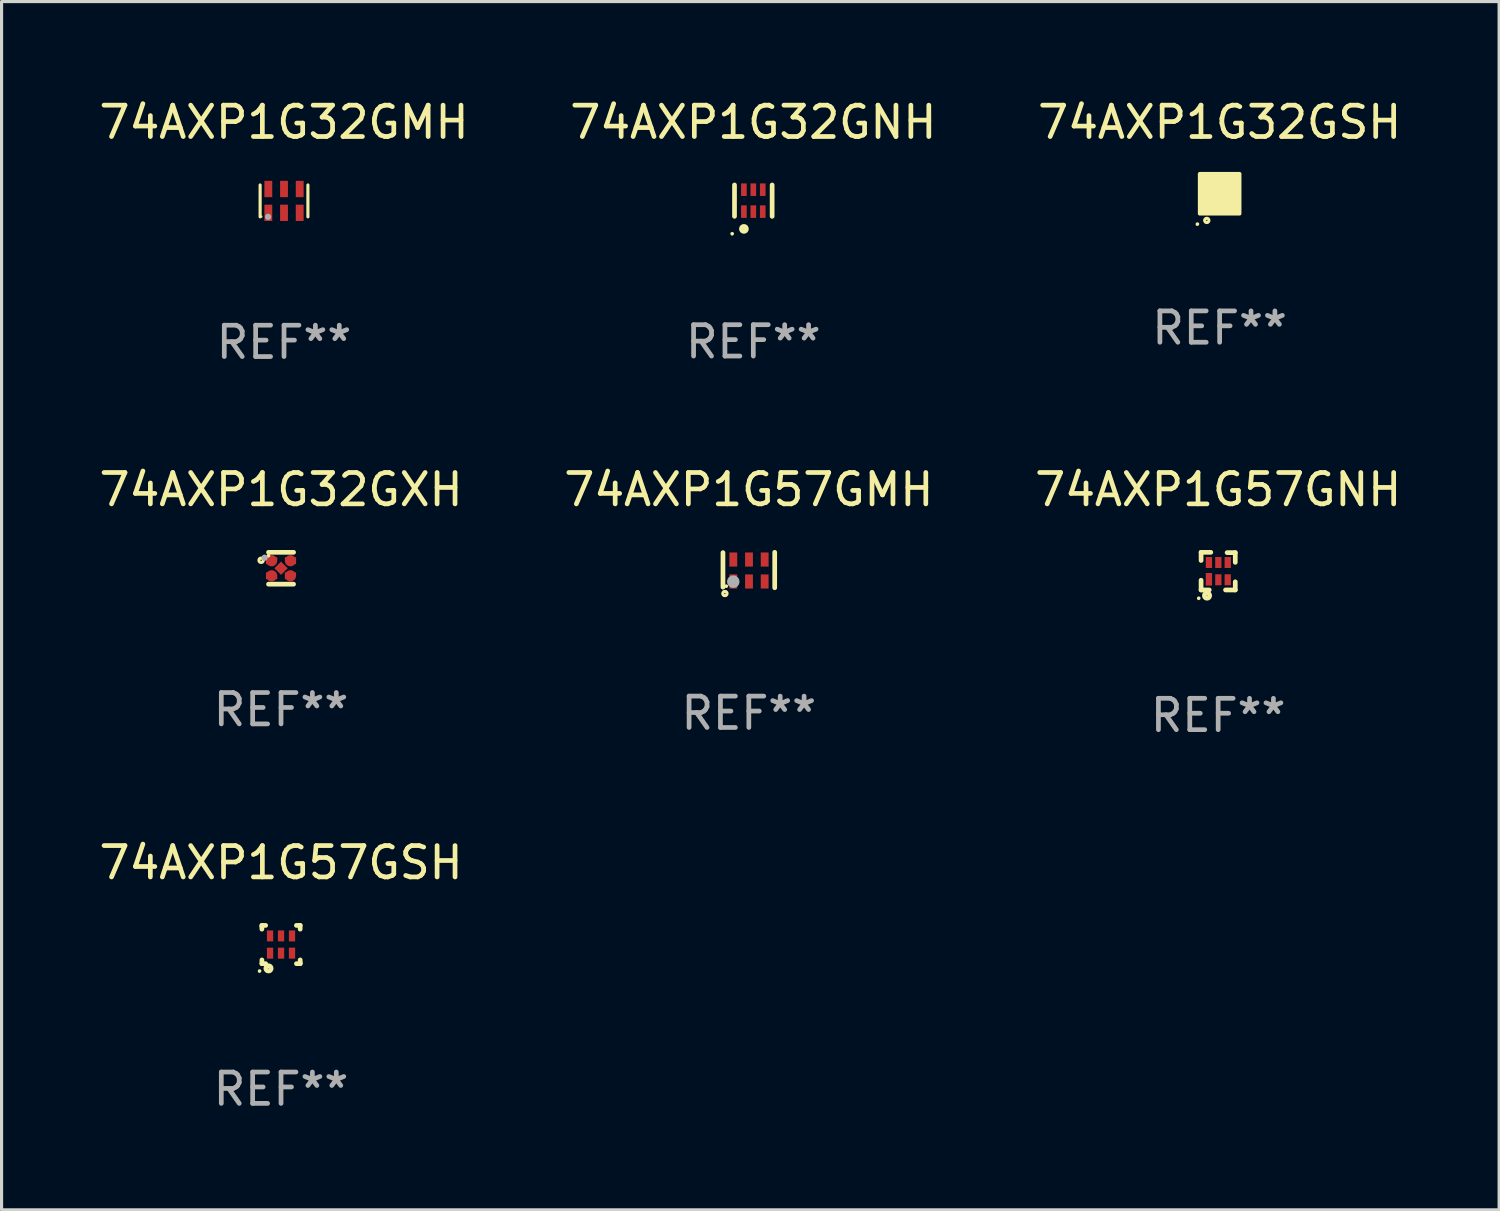
<source format=kicad_pcb>
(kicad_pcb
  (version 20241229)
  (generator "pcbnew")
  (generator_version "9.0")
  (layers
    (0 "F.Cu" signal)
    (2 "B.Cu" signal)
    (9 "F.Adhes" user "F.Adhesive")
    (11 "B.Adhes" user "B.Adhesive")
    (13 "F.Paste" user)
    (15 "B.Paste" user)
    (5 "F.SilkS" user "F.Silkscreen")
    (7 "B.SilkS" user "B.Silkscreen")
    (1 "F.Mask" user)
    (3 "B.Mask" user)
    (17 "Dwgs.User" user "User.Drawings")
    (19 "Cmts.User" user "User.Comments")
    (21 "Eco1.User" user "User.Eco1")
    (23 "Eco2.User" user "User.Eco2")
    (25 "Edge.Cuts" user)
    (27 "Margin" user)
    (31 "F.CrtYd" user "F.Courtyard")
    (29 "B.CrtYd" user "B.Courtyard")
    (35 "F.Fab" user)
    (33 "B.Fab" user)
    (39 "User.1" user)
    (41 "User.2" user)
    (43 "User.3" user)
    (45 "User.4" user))
  (footprint "74AXP1G32GMH"
    (layer "F.Cu")
    (at 6.006 3.356)
    (property "Reference" "74AXP1G32GMH" (at 0 -2.508 0) (layer "F.SilkS") (effects (font (size 1 1) (thickness 0.15))))
    (attr through_hole)
    (fp_line (start -0.762 -0.508) (end -0.762 0.508) (stroke (width 0.1) (type solid)) (layer "F.SilkS"))
    (fp_line (start 0.762 -0.508) (end 0.762 0.508) (stroke (width 0.1) (type solid)) (layer "F.SilkS"))
    (fp_circle (center -0.725 0.5) (end -0.705 0.5) (stroke (width 0.04) (type solid)) (fill no) (layer "F.SilkS"))
    (fp_circle (center -0.508 0.508) (end -0.458 0.508) (stroke (width 0.1) (type solid)) (fill no) (layer "F.Fab"))
    (fp_text user "REF**" (at 0 4.508 0) (layer "F.Fab") (effects (font (size 1 1) (thickness 0.15))))
    (pad "1" smd rect (at -0.5 0.38) (size 0.25 0.52) (layers "F.Cu" "F.Mask" "F.Paste"))
    (pad "2" smd rect (at -0.000127 0.38) (size 0.25 0.52) (layers "F.Cu" "F.Mask" "F.Paste"))
    (pad "3" smd rect (at 0.5 0.38) (size 0.25 0.52) (layers "F.Cu" "F.Mask" "F.Paste"))
    (pad "4" smd rect (at 0.5 -0.38 180) (size 0.25 0.52) (layers "F.Cu" "F.Mask" "F.Paste"))
    (pad "5" smd rect (at -0.000127 -0.38 180) (size 0.25 0.52) (layers "F.Cu" "F.Mask" "F.Paste"))
    (pad "6" smd rect (at -0.5 -0.38 180) (size 0.25 0.52) (layers "F.Cu" "F.Mask" "F.Paste")))
  (footprint "74AXP1G32GXH"
    (layer "F.Cu")
    (at 5.911 15.069)
    (property "Reference" "74AXP1G32GXH" (at 0 -2.508 0) (layer "F.SilkS") (effects (font (size 1 1) (thickness 0.15))))
    (attr through_hole)
    (fp_line (start 0.4 -0.508) (end -0.4 -0.508) (stroke (width 0.15) (type solid)) (layer "F.SilkS"))
    (fp_line (start 0.4 0.508) (end -0.4 0.508) (stroke (width 0.15) (type solid)) (layer "F.SilkS"))
    (fp_circle (center -0.635 -0.254) (end -0.615 -0.254) (stroke (width 0.1) (type solid)) (fill no) (layer "F.SilkS"))
    (fp_circle (center -0.401 -0.4) (end -0.371 -0.4) (stroke (width 0.06) (type solid)) (fill no) (layer "F.SilkS"))
    (fp_circle (center -0.523 -0.337) (end -0.473 -0.337) (stroke (width 0.1) (type solid)) (fill no) (layer "F.Fab"))
    (fp_text user "REF**" (at 0 4.508 0) (layer "F.Fab") (effects (font (size 1 1) (thickness 0.15))))
    (pad "1" smd custom (at -0.3 -0.24) (size 0.36 0.22) (layers "F.Cu" "F.Mask" "F.Paste") (options (anchor circle)) (primitives (gr_poly (pts (xy -0.18 -0.11) (xy -0.18 0.11) (xy 0.000127 0.11) (xy 0.18 -0.03) (xy 0.18 -0.11) (xy -0.18 -0.11)) (width 0) (fill yes))))
    (pad "2" smd custom (at -0.3 0.24) (size 0.36 0.22) (layers "F.Cu" "F.Mask" "F.Paste") (options (anchor circle)) (primitives (gr_poly (pts (xy -0.18 0.11) (xy -0.18 -0.11) (xy 0.000127 -0.11) (xy 0.18 0.03) (xy 0.18 0.11) (xy -0.18 0.11)) (width 0) (fill yes))))
    (pad "3" smd rect (at 0.000102 -0.000127 45) (size 0.3 0.3) (layers "F.Cu" "F.Mask" "F.Paste"))
    (pad "4" smd custom (at 0.3 0.24 180) (size 0.36 0.22) (layers "F.Cu" "F.Mask" "F.Paste") (options (anchor circle)) (primitives (gr_poly (pts (xy 0.18 0.11) (xy 0.18 -0.11) (xy -0.000178 -0.11) (xy -0.18 0.03) (xy -0.18 0.11) (xy 0.18 0.11)) (width 0) (fill yes))))
    (pad "5" smd custom (at 0.3 -0.24) (size 0.36 0.22) (layers "F.Cu" "F.Mask" "F.Paste") (options (anchor circle)) (primitives (gr_poly (pts (xy 0.18 -0.11) (xy 0.18 0.11) (xy -0.000152 0.11) (xy -0.18 -0.03) (xy -0.18 -0.11) (xy 0.18 -0.11)) (width 0) (fill yes)))))
  (footprint "74AXP1G32GSH"
    (layer "F.Cu")
    (at 35.839 3.128)
    (property "Reference" "74AXP1G32GSH" (at 0 -2.28 0) (layer "F.SilkS") (effects (font (size 1 1) (thickness 0.15))))
    (attr through_hole)
    (fp_circle (center -0.71 0.968) (end -0.68 0.968) (stroke (width 0.06) (type solid)) (fill no) (layer "F.SilkS"))
    (fp_circle (center -0.41 0.85) (end -0.342 0.85) (stroke (width 0.1) (type solid)) (fill no) (layer "F.SilkS"))
    (fp_poly (pts (xy -0.635 -0.635) (xy 0.635 -0.635) (xy 0.635 0.635) (xy -0.635 0.635)) (stroke (width 0.12) (type solid)) (fill yes) (layer "F.SilkS"))
    (fp_text user "REF**" (at 0 4.28 0) (layer "F.Fab") (effects (font (size 1 1) (thickness 0.15))))
    (pad "1" smd rect (at -0.35 0.28 90) (size 0.35 0.2) (layers "F.Cu" "F.Mask" "F.Paste"))
    (pad "2" smd rect (at 0 0.28 90) (size 0.35 0.2) (layers "F.Cu" "F.Mask" "F.Paste"))
    (pad "3" smd rect (at 0.35 0.28 90) (size 0.35 0.2) (layers "F.Cu" "F.Mask" "F.Paste"))
    (pad "4" smd rect (at 0.35 -0.28 90) (size 0.35 0.2) (layers "F.Cu" "F.Mask" "F.Paste"))
    (pad "5" smd rect (at 0 -0.28 90) (size 0.35 0.2) (layers "F.Cu" "F.Mask" "F.Paste"))
    (pad "6" smd rect (at -0.35 -0.28 90) (size 0.35 0.2) (layers "F.Cu" "F.Mask" "F.Paste")))
  (footprint "74AXP1G57GNH"
    (layer "F.Cu")
    (at 35.792 15.161)
    (property "Reference" "74AXP1G57GNH" (at 0 -2.6 0) (layer "F.SilkS") (effects (font (size 1 1) (thickness 0.15))))
    (attr through_hole)
    (fp_line (start -0.545 -0.6) (end -0.235 -0.6) (stroke (width 0.15) (type solid)) (layer "F.SilkS"))
    (fp_line (start -0.545 -0.34) (end -0.545 -0.6) (stroke (width 0.15) (type solid)) (layer "F.SilkS"))
    (fp_line (start -0.545 0.6) (end -0.545 0.29) (stroke (width 0.15) (type solid)) (layer "F.SilkS"))
    (fp_line (start -0.285 0.6) (end -0.545 0.6) (stroke (width 0.15) (type solid)) (layer "F.SilkS"))
    (fp_line (start 0.285 -0.59) (end 0.545 -0.59) (stroke (width 0.15) (type solid)) (layer "F.SilkS"))
    (fp_line (start 0.545 -0.59) (end 0.545 -0.28) (stroke (width 0.15) (type solid)) (layer "F.SilkS"))
    (fp_line (start 0.545 0.34) (end 0.545 0.6) (stroke (width 0.15) (type solid)) (layer "F.SilkS"))
    (fp_line (start 0.545 0.6) (end 0.235 0.6) (stroke (width 0.15) (type solid)) (layer "F.SilkS"))
    (fp_circle (center -0.62 0.865) (end -0.59 0.865) (stroke (width 0.06) (type solid)) (fill no) (layer "F.SilkS"))
    (fp_circle (center -0.355 0.78) (end -0.345 0.78) (stroke (width 0.15) (type solid)) (fill no) (layer "F.SilkS"))
    (fp_text user "REF**" (at 0 4.6 0) (layer "F.Fab") (effects (font (size 1 1) (thickness 0.15))))
    (pad "1" smd rect (at -0.295 0.26) (size 0.2 0.4) (layers "F.Cu" "F.Mask" "F.Paste"))
    (pad "2" smd rect (at 0.005 0.275) (size 0.2 0.35) (layers "F.Cu" "F.Mask" "F.Paste"))
    (pad "3" smd rect (at 0.305 0.275) (size 0.2 0.35) (layers "F.Cu" "F.Mask" "F.Paste"))
    (pad "4" smd rect (at 0.305 -0.275) (size 0.2 0.35) (layers "F.Cu" "F.Mask" "F.Paste"))
    (pad "5" smd rect (at 0.005 -0.275) (size 0.2 0.35) (layers "F.Cu" "F.Mask" "F.Paste"))
    (pad "6" smd rect (at -0.295 -0.275) (size 0.2 0.35) (layers "F.Cu" "F.Mask" "F.Paste")))
  (footprint "74AXP1G57GSH"
    (layer "F.Cu")
    (at 5.911 27.067)
    (property "Reference" "74AXP1G57GSH" (at 0 -2.61 0) (layer "F.SilkS") (effects (font (size 1 1) (thickness 0.15))))
    (attr through_hole)
    (fp_line (start -0.61 -0.61) (end -0.49 -0.61) (stroke (width 0.15) (type solid)) (layer "F.SilkS"))
    (fp_line (start -0.61 -0.58) (end -0.61 -0.61) (stroke (width 0.15) (type solid)) (layer "F.SilkS"))
    (fp_line (start -0.61 -0.49) (end -0.61 -0.58) (stroke (width 0.15) (type solid)) (layer "F.SilkS"))
    (fp_line (start -0.61 0.61) (end -0.61 0.491) (stroke (width 0.15) (type solid)) (layer "F.SilkS"))
    (fp_line (start -0.58 0.61) (end -0.61 0.61) (stroke (width 0.15) (type solid)) (layer "F.SilkS"))
    (fp_line (start -0.49 0.61) (end -0.58 0.61) (stroke (width 0.15) (type solid)) (layer "F.SilkS"))
    (fp_line (start 0.49 -0.61) (end 0.58 -0.61) (stroke (width 0.15) (type solid)) (layer "F.SilkS"))
    (fp_line (start 0.58 -0.61) (end 0.61 -0.61) (stroke (width 0.15) (type solid)) (layer "F.SilkS"))
    (fp_line (start 0.61 -0.61) (end 0.61 -0.49) (stroke (width 0.15) (type solid)) (layer "F.SilkS"))
    (fp_line (start 0.61 0.49) (end 0.61 0.58) (stroke (width 0.15) (type solid)) (layer "F.SilkS"))
    (fp_line (start 0.61 0.58) (end 0.61 0.61) (stroke (width 0.15) (type solid)) (layer "F.SilkS"))
    (fp_line (start 0.61 0.61) (end 0.491 0.61) (stroke (width 0.15) (type solid)) (layer "F.SilkS"))
    (fp_circle (center -0.685 0.845) (end -0.655 0.845) (stroke (width 0.06) (type solid)) (fill no) (layer "F.SilkS"))
    (fp_circle (center -0.4 0.76) (end -0.39 0.76) (stroke (width 0.15) (type solid)) (fill no) (layer "F.SilkS"))
    (fp_text user "REF**" (at 0 4.61 0) (layer "F.Fab") (effects (font (size 1 1) (thickness 0.15))))
    (pad "1" smd rect (at -0.35 0.275) (size 0.2 0.35) (layers "F.Cu" "F.Mask" "F.Paste"))
    (pad "2" smd rect (at -0.000038 0.275) (size 0.2 0.35) (layers "F.Cu" "F.Mask" "F.Paste"))
    (pad "3" smd rect (at 0.35 0.275) (size 0.2 0.35) (layers "F.Cu" "F.Mask" "F.Paste"))
    (pad "4" smd rect (at 0.35 -0.275) (size 0.2 0.35) (layers "F.Cu" "F.Mask" "F.Paste"))
    (pad "5" smd rect (at -0.000038 -0.275) (size 0.2 0.35) (layers "F.Cu" "F.Mask" "F.Paste"))
    (pad "6" smd rect (at -0.35 -0.275) (size 0.2 0.35) (layers "F.Cu" "F.Mask" "F.Paste")))
  (footprint "74AXP1G32GNH"
    (layer "F.Cu")
    (at 20.97 3.348)
    (property "Reference" "74AXP1G32GNH" (at 0 -2.5 0) (layer "F.SilkS") (effects (font (size 1 1) (thickness 0.15))))
    (attr through_hole)
    (fp_line (start -0.6 -0.5) (end -0.6 0.5) (stroke (width 0.15) (type solid)) (layer "F.SilkS"))
    (fp_line (start 0.6 0.5) (end 0.6 -0.5) (stroke (width 0.15) (type solid)) (layer "F.SilkS"))
    (fp_circle (center -0.675 1.055) (end -0.645 1.055) (stroke (width 0.06) (type solid)) (fill no) (layer "F.SilkS"))
    (fp_circle (center -0.3 0.9) (end -0.22 0.9) (stroke (width 0.15) (type solid)) (fill no) (layer "F.SilkS"))
    (fp_text user "REF**" (at 0 4.5 0) (layer "F.Fab") (effects (font (size 1 1) (thickness 0.15))))
    (pad "1" smd rect (at -0.3 0.35) (size 0.18 0.4) (layers "F.Cu" "F.Mask" "F.Paste"))
    (pad "2" smd rect (at 0.000025 0.35) (size 0.18 0.4) (layers "F.Cu" "F.Mask" "F.Paste"))
    (pad "3" smd rect (at 0.3 0.35) (size 0.18 0.4) (layers "F.Cu" "F.Mask" "F.Paste"))
    (pad "4" smd rect (at 0.3 -0.35) (size 0.18 0.4) (layers "F.Cu" "F.Mask" "F.Paste"))
    (pad "5" smd rect (at 0.000025 -0.35) (size 0.18 0.4) (layers "F.Cu" "F.Mask" "F.Paste"))
    (pad "6" smd rect (at -0.3 -0.35) (size 0.18 0.4) (layers "F.Cu" "F.Mask" "F.Paste")))
  (footprint "74AXP1G57GMH"
    (layer "F.Cu")
    (at 20.827 15.126)
    (property "Reference" "74AXP1G57GMH" (at 0 -2.565 0) (layer "F.SilkS") (effects (font (size 1 1) (thickness 0.15))))
    (attr through_hole)
    (fp_line (start -0.825 -0.555) (end -0.825 0.545) (stroke (width 0.15) (type solid)) (layer "F.SilkS"))
    (fp_line (start 0.825 -0.565) (end 0.825 0.565) (stroke (width 0.15) (type solid)) (layer "F.SilkS"))
    (fp_circle (center -0.763 0.749) (end -0.695 0.749) (stroke (width 0.1) (type solid)) (fill no) (layer "F.SilkS"))
    (fp_circle (center -0.72 0.515) (end -0.69 0.515) (stroke (width 0.06) (type solid)) (fill no) (layer "F.SilkS"))
    (fp_circle (center -0.496 0.371) (end -0.396 0.371) (stroke (width 0.2) (type solid)) (fill no) (layer "F.Fab"))
    (fp_text user "REF**" (at 0 4.565 0) (layer "F.Fab") (effects (font (size 1 1) (thickness 0.15))))
    (pad "1" smd rect (at -0.495 0.365) (size 0.25 0.45) (layers "F.Cu" "F.Mask" "F.Paste"))
    (pad "2" smd rect (at 0.005 0.365) (size 0.25 0.45) (layers "F.Cu" "F.Mask" "F.Paste"))
    (pad "3" smd rect (at 0.505 0.365) (size 0.25 0.45) (layers "F.Cu" "F.Mask" "F.Paste"))
    (pad "4" smd rect (at 0.505 -0.335) (size 0.25 0.45) (layers "F.Cu" "F.Mask" "F.Paste"))
    (pad "5" smd rect (at 0.005 -0.335) (size 0.25 0.45) (layers "F.Cu" "F.Mask" "F.Paste"))
    (pad "6" smd rect (at -0.495 -0.335) (size 0.25 0.45) (layers "F.Cu" "F.Mask" "F.Paste")))
  (gr_rect
    (start -3 -3)
    (end 44.75 35.526)
    (stroke (width 0.1) (type default))
    (fill no)
    (layer "Edge.Cuts")))
</source>
